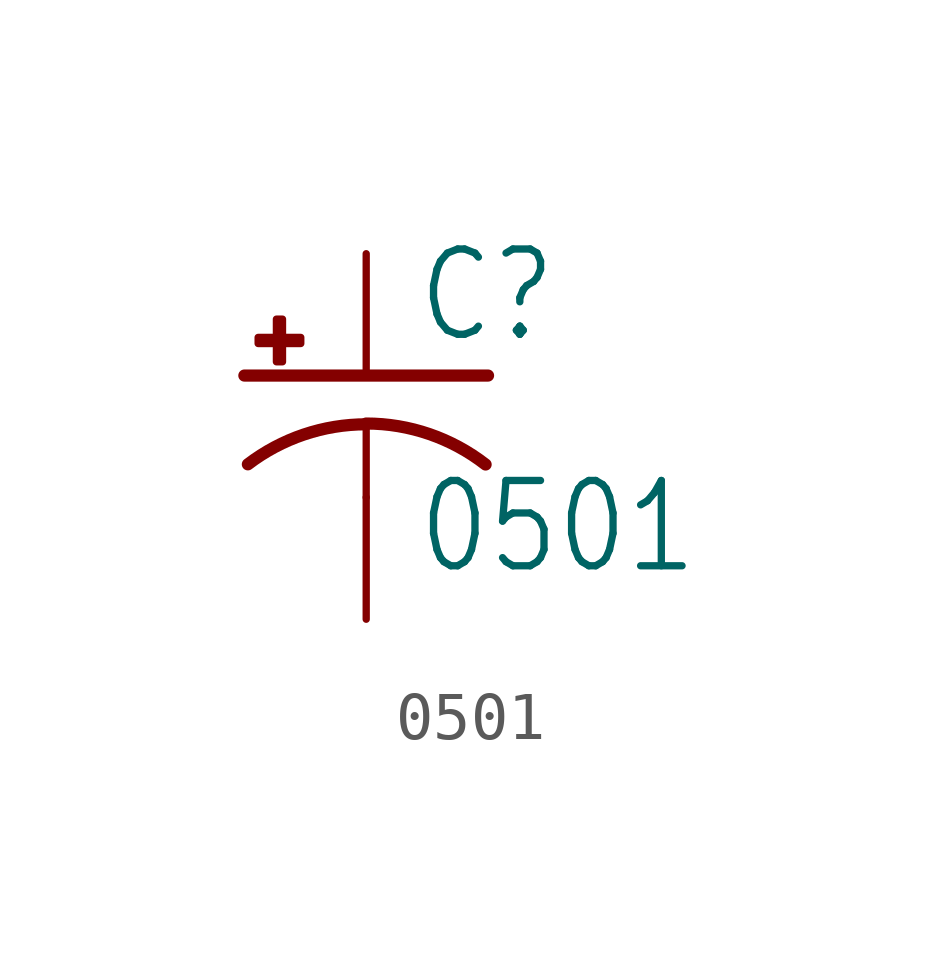
<source format=kicad_sym>
(kicad_symbol_lib
  (version 20211014)
  (generator kicad_symbol_editor)
  (symbol "0501"
    (property "Reference" "C"
      (at 1.016 0.635 0)
      (effects (font (size 1.778 1.511)) (justify left bottom)))
    (property "Value" "0501"
      (at 1.016 -4.191 0)
      (effects (font (size 1.778 1.511)) (justify left bottom)))
    (property "ki_locked" ""
      (at 0 0 0)
      (effects (font (size 1.27 1.27))))
    (symbol "0501_1_0"
      (rectangle (start -2.253 0.668) (end -1.364 0.795) (stroke (width 0) (type default) (color 0 0 0 0)) (fill (type outline)))
      (rectangle (start -1.872 0.287) (end -1.745 1.176) (stroke (width 0) (type default) (color 0 0 0 0)) (fill (type outline)))
      (arc (start 0 -1.0161) (mid -1.3021 -1.2303) (end -2.4669 -1.8504) (stroke (width 0.254) (type default) (color 0 0 0 0)) (fill (type none)))
      (polyline (pts (xy -2.54 0) (xy 2.54 0)) (stroke (width 0.254) (type default) (color 0 0 0 0)) (fill (type none)))
      (polyline (pts (xy 0 -1.016) (xy 0 -2.54)) (stroke (width 0.152) (type default) (color 0 0 0 0)) (fill (type none)))
      (arc (start 2.4892 -1.8542) (mid 1.3158 -1.2195) (end 0 -1) (stroke (width 0.254) (type default) (color 0 0 0 0)) (fill (type none)))
      (pin passive line (at 0 2.54 270) (length 2.54) (name "+" (effects (font (size 0 0)))) (number "+" (effects (font (size 0 0)))))
      (pin passive line (at 0 -5.08 90) (length 2.54) (name "-" (effects (font (size 0 0)))) (number "-" (effects (font (size 0 0))))))))
</source>
